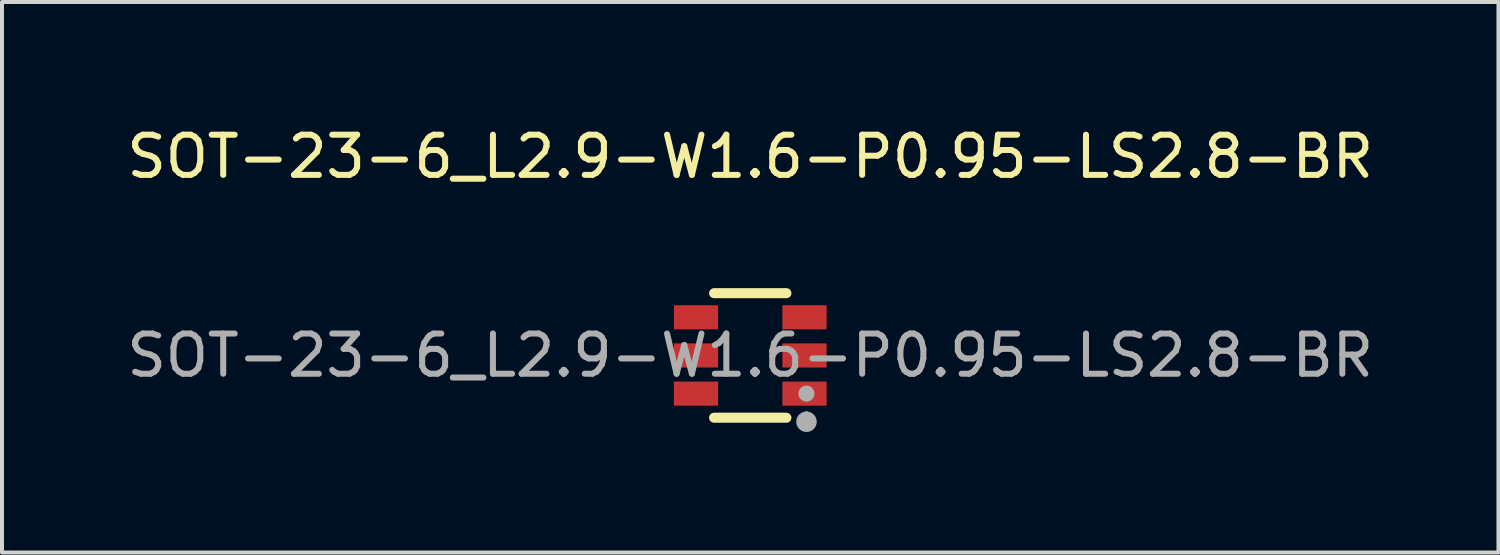
<source format=kicad_pcb>
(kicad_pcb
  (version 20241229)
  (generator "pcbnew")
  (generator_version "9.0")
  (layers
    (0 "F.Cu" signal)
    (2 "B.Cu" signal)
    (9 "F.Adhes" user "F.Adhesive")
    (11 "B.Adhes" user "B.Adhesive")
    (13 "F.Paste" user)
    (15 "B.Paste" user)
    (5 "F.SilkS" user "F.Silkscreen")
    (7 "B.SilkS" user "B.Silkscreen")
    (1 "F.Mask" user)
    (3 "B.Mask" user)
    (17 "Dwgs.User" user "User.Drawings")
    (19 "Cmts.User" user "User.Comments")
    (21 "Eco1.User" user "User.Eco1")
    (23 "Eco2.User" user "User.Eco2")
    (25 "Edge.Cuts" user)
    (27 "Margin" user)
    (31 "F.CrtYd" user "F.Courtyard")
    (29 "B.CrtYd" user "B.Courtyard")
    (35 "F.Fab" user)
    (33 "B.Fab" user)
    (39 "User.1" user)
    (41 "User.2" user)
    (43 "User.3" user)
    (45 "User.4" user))
  (footprint "SOT-23-6_L2.9-W1.6-P0.95-LS2.8-BR"
    (layer "F.Cu")
    (at 15.625 5.798)
    (property "Reference" "SOT-23-6_L2.9-W1.6-P0.95-LS2.8-BR" (at 0 -4.95 0) (layer "F.SilkS") (effects (font (size 1 1) (thickness 0.15))))
    (attr smd)
    (fp_line (start -0.9 -1.55) (end 0.9 -1.55) (stroke (width 0.25) (type solid)) (layer "F.SilkS"))
    (fp_line (start -0.9 1.55) (end 0.9 1.55) (stroke (width 0.25) (type solid)) (layer "F.SilkS"))
    (fp_circle (center 1.4 0.95) (end 1.5 0.95) (stroke (width 0.2) (type solid)) (fill no) (layer "F.Fab"))
    (fp_circle (center 1.4 1.45) (end 1.43 1.45) (stroke (width 0.06) (type solid)) (fill no) (layer "F.Fab"))
    (fp_circle (center 1.4 1.65) (end 1.53 1.65) (stroke (width 0.25) (type solid)) (fill no) (layer "F.Fab"))
    (fp_text user "${REFERENCE}" (at 0 0 0) (layer "F.Fab") (effects (font (size 1 1) (thickness 0.15))))
    (pad "1" smd rect (at 1.35 0.95) (size 1.1 0.6) (layers "F.Cu" "F.Mask" "F.Paste"))
    (pad "2" smd rect (at 1.35 0) (size 1.1 0.6) (layers "F.Cu" "F.Mask" "F.Paste"))
    (pad "3" smd rect (at 1.35 -0.95) (size 1.1 0.6) (layers "F.Cu" "F.Mask" "F.Paste"))
    (pad "4" smd rect (at -1.35 -0.95) (size 1.1 0.6) (layers "F.Cu" "F.Mask" "F.Paste"))
    (pad "5" smd rect (at -1.35 0) (size 1.1 0.6) (layers "F.Cu" "F.Mask" "F.Paste"))
    (pad "6" smd rect (at -1.35 0.95) (size 1.1 0.6) (layers "F.Cu" "F.Mask" "F.Paste")))
  (gr_rect
    (start -3 -3)
    (end 34.25 10.703)
    (stroke (width 0.1) (type default))
    (fill no)
    (layer "Edge.Cuts")))
</source>
